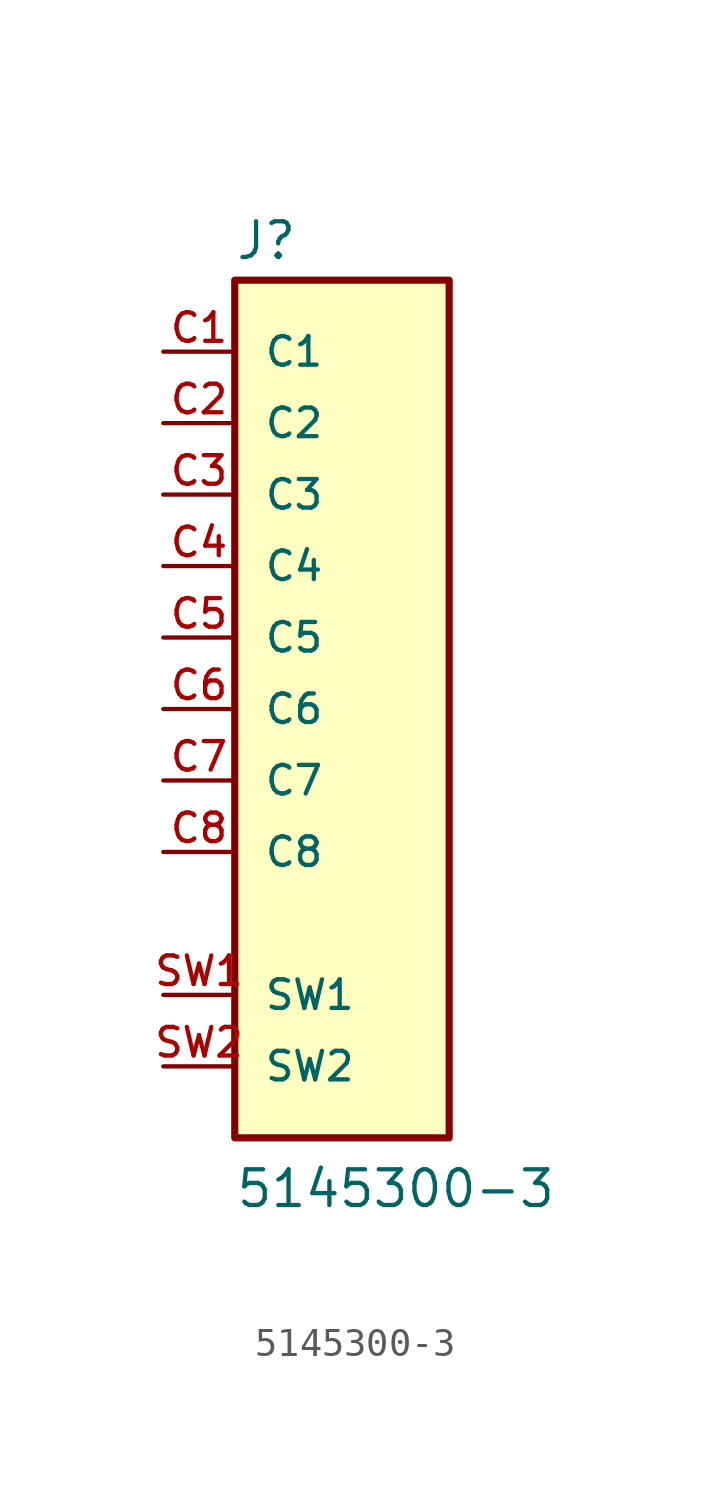
<source format=kicad_sym>
(kicad_symbol_lib
  (version 20211014)
  (generator kicad_symbol_editor)
  (symbol "5145300-3"
    (pin_names
      (offset 1.016))
    (property "Reference" "J"
      (at -5.088 15.901 0)
      (effects (font (size 1.27 1.27)) (justify bottom left)))
    (property "Value" "5145300-3"
      (at -5.083 -17.791 0)
      (effects (font (size 1.27 1.27)) (justify bottom left)))
    (symbol "5145300-3_0_0"
      (rectangle (start -5.08 -15.24) (end 2.54 15.24) (stroke (width 0.254)) (fill (type background)))
      (pin passive line (at -7.62 12.7 0) (length 2.54) (name "C1" (effects (font (size 1.016 1.016)))) (number "C1" (effects (font (size 1.016 1.016)))))
      (pin passive line (at -7.62 10.16 0) (length 2.54) (name "C2" (effects (font (size 1.016 1.016)))) (number "C2" (effects (font (size 1.016 1.016)))))
      (pin passive line (at -7.62 7.62 0) (length 2.54) (name "C3" (effects (font (size 1.016 1.016)))) (number "C3" (effects (font (size 1.016 1.016)))))
      (pin passive line (at -7.62 5.08 0) (length 2.54) (name "C4" (effects (font (size 1.016 1.016)))) (number "C4" (effects (font (size 1.016 1.016)))))
      (pin passive line (at -7.62 2.54 0) (length 2.54) (name "C5" (effects (font (size 1.016 1.016)))) (number "C5" (effects (font (size 1.016 1.016)))))
      (pin passive line (at -7.62 0.0 0) (length 2.54) (name "C6" (effects (font (size 1.016 1.016)))) (number "C6" (effects (font (size 1.016 1.016)))))
      (pin passive line (at -7.62 -2.54 0) (length 2.54) (name "C7" (effects (font (size 1.016 1.016)))) (number "C7" (effects (font (size 1.016 1.016)))))
      (pin passive line (at -7.62 -5.08 0) (length 2.54) (name "C8" (effects (font (size 1.016 1.016)))) (number "C8" (effects (font (size 1.016 1.016)))))
      (pin passive line (at -7.62 -10.16 0) (length 2.54) (name "SW1" (effects (font (size 1.016 1.016)))) (number "SW1" (effects (font (size 1.016 1.016)))))
      (pin passive line (at -7.62 -12.7 0) (length 2.54) (name "SW2" (effects (font (size 1.016 1.016)))) (number "SW2" (effects (font (size 1.016 1.016))))))))
</source>
